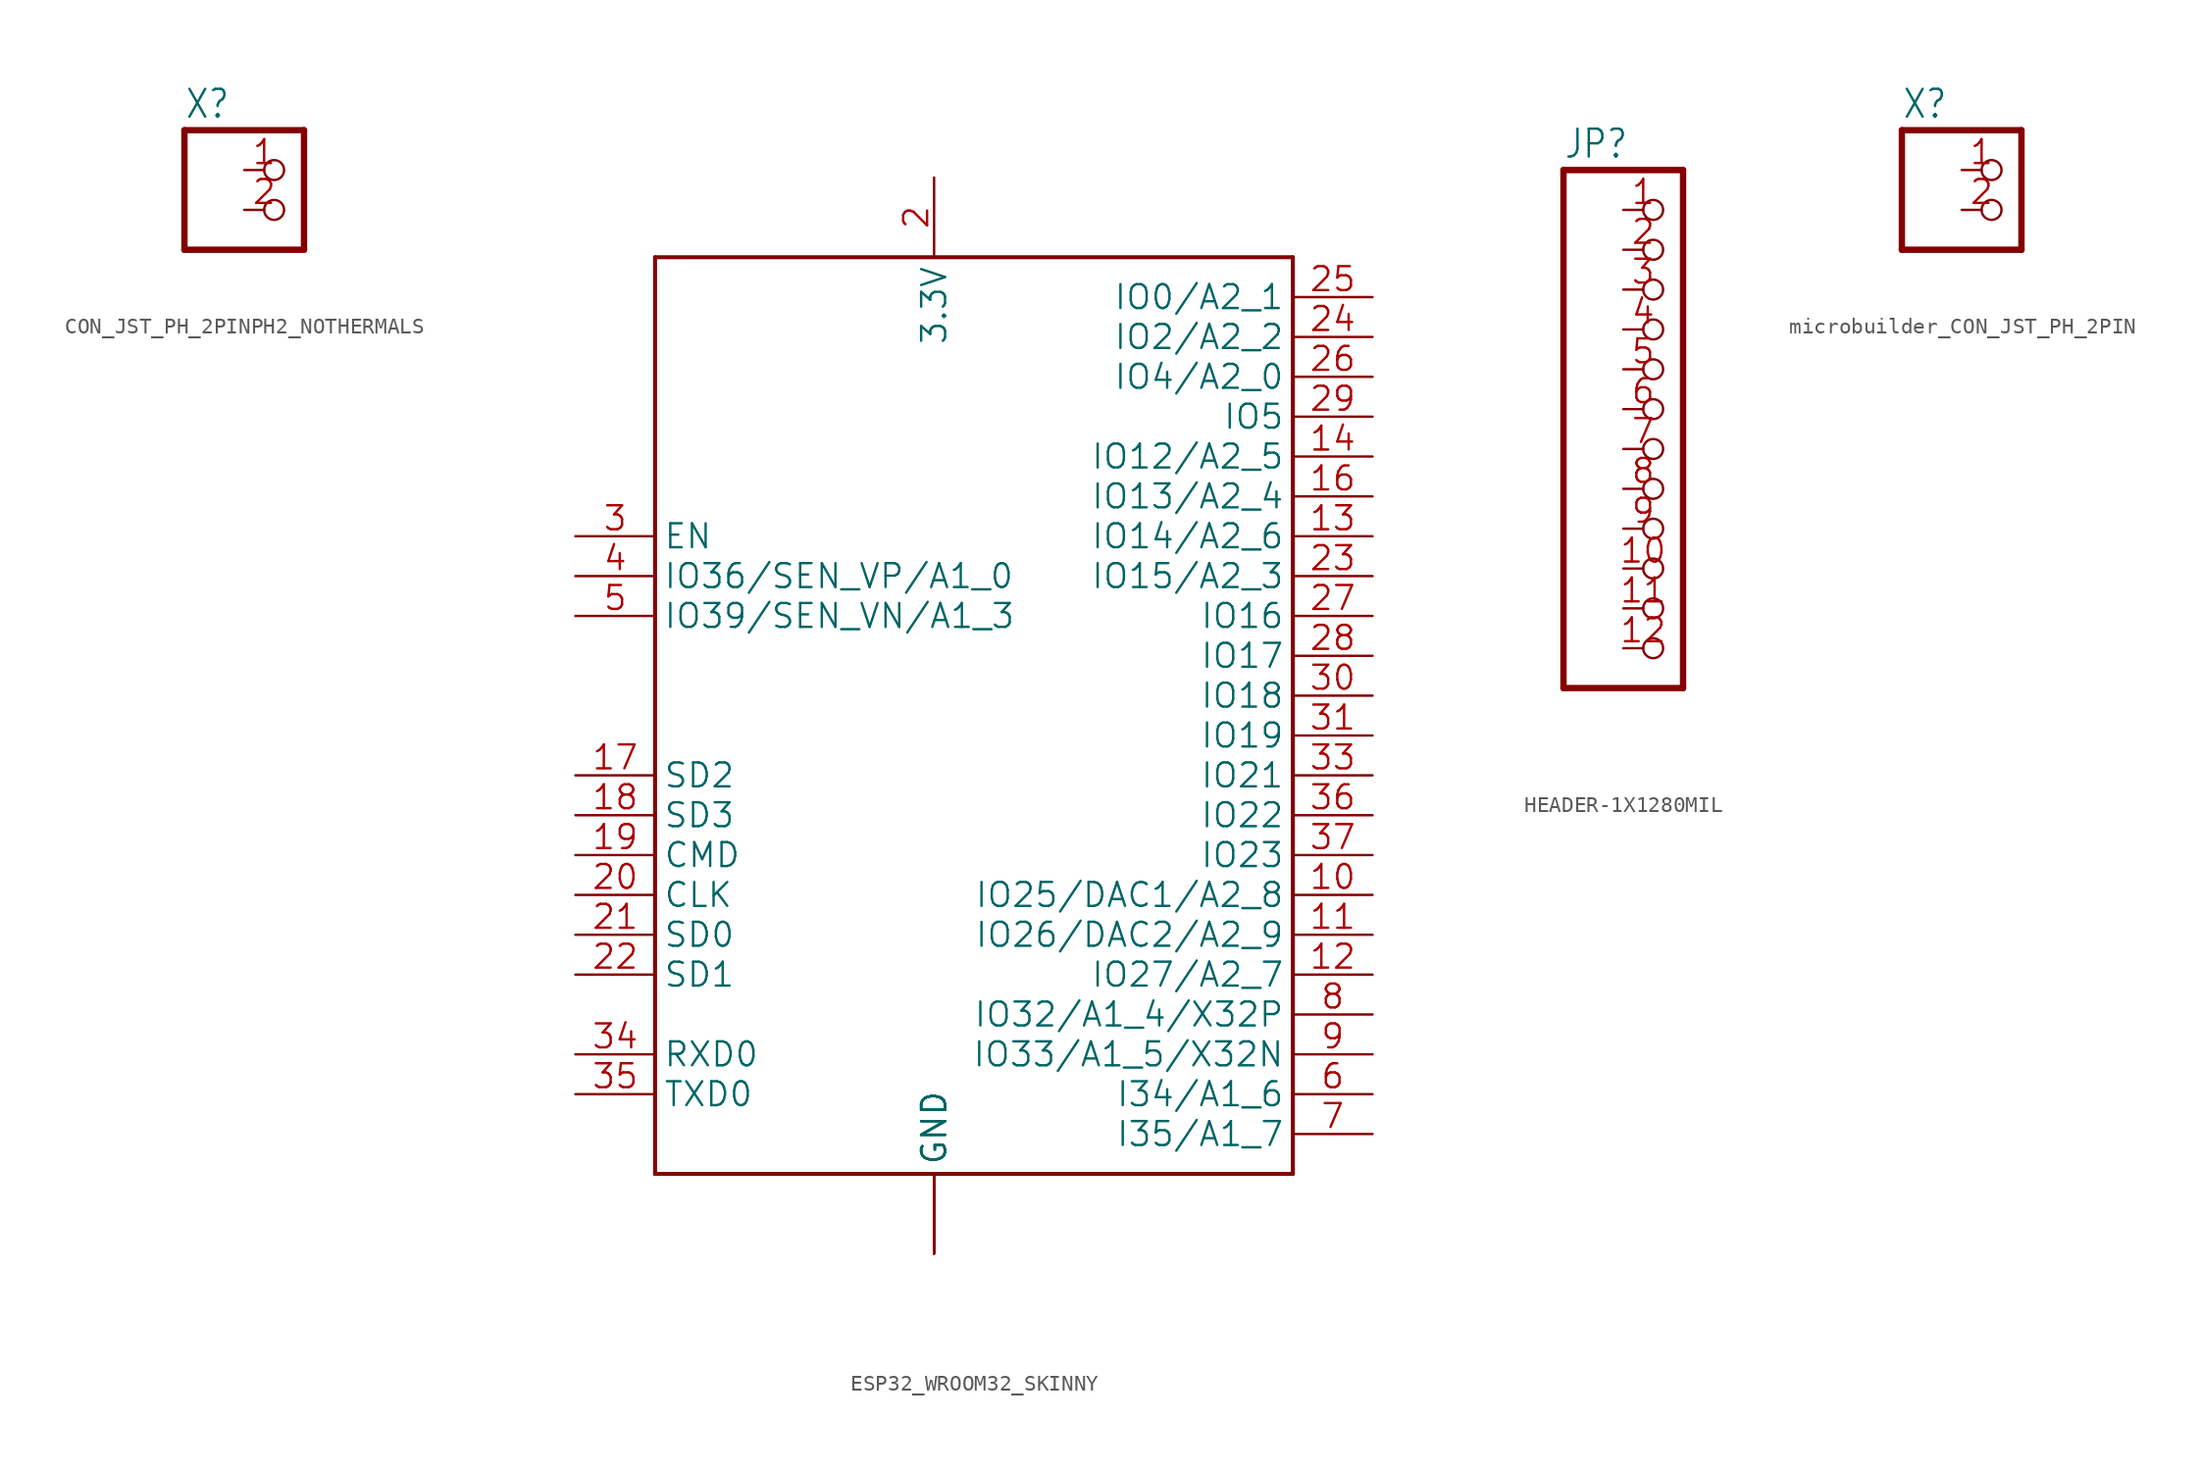
<source format=kicad_sym>
(kicad_symbol_lib
  (version 20241209)
  (generator "kicad_symbol_editor")
  (generator_version "9.0")
  (symbol "CON_JST_PH_2PINPH2_NOTHERMALS"
    (property "Reference" "X"
      (at -6.35 5.715 0)
      (effects (font (size 1.778 1.511)) (justify left bottom)))
    (property "Value" ""
      (at -6.35 -5.08 0)
      (effects (font (size 1.778 1.511)) (justify left bottom)))
    (property "ki_locked" ""
      (at 0 0 0)
      (effects (font (size 1.27 1.27))))
    (symbol "CON_JST_PH_2PINPH2_NOTHERMALS_1_0"
      (polyline (pts (xy -6.35 5.08) (xy -6.35 -2.54)) (stroke (width 0.406) (type solid)) (fill (type none)))
      (polyline (pts (xy -6.35 -2.54) (xy 1.27 -2.54)) (stroke (width 0.406) (type solid)) (fill (type none)))
      (polyline (pts (xy 1.27 5.08) (xy -6.35 5.08)) (stroke (width 0.406) (type solid)) (fill (type none)))
      (polyline (pts (xy 1.27 -2.54) (xy 1.27 5.08)) (stroke (width 0.406) (type solid)) (fill (type none)))
      (pin passive inverted (at -2.54 2.54 0) (length 2.54) (name "1" (effects (font (size 0 0)))) (number "1" (effects (font (size 1.524 1.524)))))
      (pin passive inverted (at -2.54 0 0) (length 2.54) (name "2" (effects (font (size 0 0)))) (number "2" (effects (font (size 1.524 1.524)))))))
  (symbol "ESP32_WROOM32_SKINNY"
    (property "Reference" "X"
      (at 0 0 0)
      (effects (font (size 1.27 1.27)) (hide yes)))
    (property "ki_locked" ""
      (at 0 0 0)
      (effects (font (size 1.27 1.27))))
    (symbol "ESP32_WROOM32_SKINNY_1_0"
      (polyline (pts (xy -17.78 35.56) (xy 22.86 35.56)) (stroke (width 0.254) (type solid)) (fill (type none)))
      (polyline (pts (xy -17.78 -22.86) (xy -17.78 35.56)) (stroke (width 0.254) (type solid)) (fill (type none)))
      (polyline (pts (xy 22.86 35.56) (xy 22.86 -22.86)) (stroke (width 0.254) (type solid)) (fill (type none)))
      (polyline (pts (xy 22.86 -22.86) (xy -17.78 -22.86)) (stroke (width 0.254) (type solid)) (fill (type none)))
      (pin input line (at -22.86 17.78 0) (length 5.08) (name "EN" (effects (font (size 1.524 1.524)))) (number "3" (effects (font (size 1.524 1.524)))))
      (pin passive line (at -22.86 15.24 0) (length 5.08) (name "IO36/SEN_VP/A1_0" (effects (font (size 1.524 1.524)))) (number "4" (effects (font (size 1.524 1.524)))))
      (pin passive line (at -22.86 12.7 0) (length 5.08) (name "IO39/SEN_VN/A1_3" (effects (font (size 1.524 1.524)))) (number "5" (effects (font (size 1.524 1.524)))))
      (pin bidirectional line (at -22.86 2.54 0) (length 5.08) (name "SD2" (effects (font (size 1.524 1.524)))) (number "17" (effects (font (size 1.524 1.524)))))
      (pin bidirectional line (at -22.86 0 0) (length 5.08) (name "SD3" (effects (font (size 1.524 1.524)))) (number "18" (effects (font (size 1.524 1.524)))))
      (pin bidirectional line (at -22.86 -2.54 0) (length 5.08) (name "CMD" (effects (font (size 1.524 1.524)))) (number "19" (effects (font (size 1.524 1.524)))))
      (pin bidirectional line (at -22.86 -5.08 0) (length 5.08) (name "CLK" (effects (font (size 1.524 1.524)))) (number "20" (effects (font (size 1.524 1.524)))))
      (pin bidirectional line (at -22.86 -7.62 0) (length 5.08) (name "SD0" (effects (font (size 1.524 1.524)))) (number "21" (effects (font (size 1.524 1.524)))))
      (pin bidirectional line (at -22.86 -10.16 0) (length 5.08) (name "SD1" (effects (font (size 1.524 1.524)))) (number "22" (effects (font (size 1.524 1.524)))))
      (pin input line (at -22.86 -15.24 0) (length 5.08) (name "RXD0" (effects (font (size 1.524 1.524)))) (number "34" (effects (font (size 1.524 1.524)))))
      (pin output line (at -22.86 -17.78 0) (length 5.08) (name "TXD0" (effects (font (size 1.524 1.524)))) (number "35" (effects (font (size 1.524 1.524)))))
      (pin passive line (at 0 40.64 270) (length 5.08) (name "3.3V" (effects (font (size 1.524 1.524)))) (number "2" (effects (font (size 1.524 1.524)))))
      (pin passive line (at 0 -27.94 90) (length 5.08) (name "GND" (effects (font (size 1.524 1.524)))) (number "1" (effects (font (size 0 0)))))
      (pin passive line (at 0 -27.94 90) (length 5.08) (name "GND" (effects (font (size 1.524 1.524)))) (number "15" (effects (font (size 0 0)))))
      (pin passive line (at 0 -27.94 90) (length 5.08) (name "GND" (effects (font (size 1.524 1.524)))) (number "38" (effects (font (size 0 0)))))
      (pin passive line (at 0 -27.94 90) (length 5.08) (name "GND" (effects (font (size 1.524 1.524)))) (number "P$1" (effects (font (size 0 0)))))
      (pin bidirectional line (at 27.94 33.02 180) (length 5.08) (name "IO0/A2_1" (effects (font (size 1.524 1.524)))) (number "25" (effects (font (size 1.524 1.524)))))
      (pin bidirectional line (at 27.94 30.48 180) (length 5.08) (name "IO2/A2_2" (effects (font (size 1.524 1.524)))) (number "24" (effects (font (size 1.524 1.524)))))
      (pin bidirectional line (at 27.94 27.94 180) (length 5.08) (name "IO4/A2_0" (effects (font (size 1.524 1.524)))) (number "26" (effects (font (size 1.524 1.524)))))
      (pin bidirectional line (at 27.94 25.4 180) (length 5.08) (name "IO5" (effects (font (size 1.524 1.524)))) (number "29" (effects (font (size 1.524 1.524)))))
      (pin bidirectional line (at 27.94 22.86 180) (length 5.08) (name "IO12/A2_5" (effects (font (size 1.524 1.524)))) (number "14" (effects (font (size 1.524 1.524)))))
      (pin bidirectional line (at 27.94 20.32 180) (length 5.08) (name "IO13/A2_4" (effects (font (size 1.524 1.524)))) (number "16" (effects (font (size 1.524 1.524)))))
      (pin bidirectional line (at 27.94 17.78 180) (length 5.08) (name "IO14/A2_6" (effects (font (size 1.524 1.524)))) (number "13" (effects (font (size 1.524 1.524)))))
      (pin bidirectional line (at 27.94 15.24 180) (length 5.08) (name "IO15/A2_3" (effects (font (size 1.524 1.524)))) (number "23" (effects (font (size 1.524 1.524)))))
      (pin bidirectional line (at 27.94 12.7 180) (length 5.08) (name "IO16" (effects (font (size 1.524 1.524)))) (number "27" (effects (font (size 1.524 1.524)))))
      (pin bidirectional line (at 27.94 10.16 180) (length 5.08) (name "IO17" (effects (font (size 1.524 1.524)))) (number "28" (effects (font (size 1.524 1.524)))))
      (pin bidirectional line (at 27.94 7.62 180) (length 5.08) (name "IO18" (effects (font (size 1.524 1.524)))) (number "30" (effects (font (size 1.524 1.524)))))
      (pin bidirectional line (at 27.94 5.08 180) (length 5.08) (name "IO19" (effects (font (size 1.524 1.524)))) (number "31" (effects (font (size 1.524 1.524)))))
      (pin bidirectional line (at 27.94 2.54 180) (length 5.08) (name "IO21" (effects (font (size 1.524 1.524)))) (number "33" (effects (font (size 1.524 1.524)))))
      (pin bidirectional line (at 27.94 0 180) (length 5.08) (name "IO22" (effects (font (size 1.524 1.524)))) (number "36" (effects (font (size 1.524 1.524)))))
      (pin bidirectional line (at 27.94 -2.54 180) (length 5.08) (name "IO23" (effects (font (size 1.524 1.524)))) (number "37" (effects (font (size 1.524 1.524)))))
      (pin bidirectional line (at 27.94 -5.08 180) (length 5.08) (name "IO25/DAC1/A2_8" (effects (font (size 1.524 1.524)))) (number "10" (effects (font (size 1.524 1.524)))))
      (pin bidirectional line (at 27.94 -7.62 180) (length 5.08) (name "IO26/DAC2/A2_9" (effects (font (size 1.524 1.524)))) (number "11" (effects (font (size 1.524 1.524)))))
      (pin bidirectional line (at 27.94 -10.16 180) (length 5.08) (name "IO27/A2_7" (effects (font (size 1.524 1.524)))) (number "12" (effects (font (size 1.524 1.524)))))
      (pin bidirectional line (at 27.94 -12.7 180) (length 5.08) (name "IO32/A1_4/X32P" (effects (font (size 1.524 1.524)))) (number "8" (effects (font (size 1.524 1.524)))))
      (pin bidirectional line (at 27.94 -15.24 180) (length 5.08) (name "IO33/A1_5/X32N" (effects (font (size 1.524 1.524)))) (number "9" (effects (font (size 1.524 1.524)))))
      (pin bidirectional line (at 27.94 -17.78 180) (length 5.08) (name "I34/A1_6" (effects (font (size 1.524 1.524)))) (number "6" (effects (font (size 1.524 1.524)))))
      (pin bidirectional line (at 27.94 -20.32 180) (length 5.08) (name "I35/A1_7" (effects (font (size 1.524 1.524)))) (number "7" (effects (font (size 1.524 1.524)))))))
  (symbol "HEADER-1X1280MIL"
    (property "Reference" "JP"
      (at -6.35 18.415 0)
      (effects (font (size 1.778 1.511)) (justify left bottom)))
    (property "Value" ""
      (at -6.35 -17.78 0)
      (effects (font (size 1.778 1.511)) (justify left bottom)))
    (property "ki_locked" ""
      (at 0 0 0)
      (effects (font (size 1.27 1.27))))
    (symbol "HEADER-1X1280MIL_1_0"
      (polyline (pts (xy -6.35 17.78) (xy -6.35 -15.24)) (stroke (width 0.406) (type solid)) (fill (type none)))
      (polyline (pts (xy -6.35 -15.24) (xy 1.27 -15.24)) (stroke (width 0.406) (type solid)) (fill (type none)))
      (polyline (pts (xy 1.27 17.78) (xy -6.35 17.78)) (stroke (width 0.406) (type solid)) (fill (type none)))
      (polyline (pts (xy 1.27 -15.24) (xy 1.27 17.78)) (stroke (width 0.406) (type solid)) (fill (type none)))
      (pin passive inverted (at -2.54 15.24 0) (length 2.54) (name "1" (effects (font (size 0 0)))) (number "1" (effects (font (size 1.524 1.524)))))
      (pin passive inverted (at -2.54 12.7 0) (length 2.54) (name "2" (effects (font (size 0 0)))) (number "2" (effects (font (size 1.524 1.524)))))
      (pin passive inverted (at -2.54 10.16 0) (length 2.54) (name "3" (effects (font (size 0 0)))) (number "3" (effects (font (size 1.524 1.524)))))
      (pin passive inverted (at -2.54 7.62 0) (length 2.54) (name "4" (effects (font (size 0 0)))) (number "4" (effects (font (size 1.524 1.524)))))
      (pin passive inverted (at -2.54 5.08 0) (length 2.54) (name "5" (effects (font (size 0 0)))) (number "5" (effects (font (size 1.524 1.524)))))
      (pin passive inverted (at -2.54 2.54 0) (length 2.54) (name "6" (effects (font (size 0 0)))) (number "6" (effects (font (size 1.524 1.524)))))
      (pin passive inverted (at -2.54 0 0) (length 2.54) (name "7" (effects (font (size 0 0)))) (number "7" (effects (font (size 1.524 1.524)))))
      (pin passive inverted (at -2.54 -2.54 0) (length 2.54) (name "8" (effects (font (size 0 0)))) (number "8" (effects (font (size 1.524 1.524)))))
      (pin passive inverted (at -2.54 -5.08 0) (length 2.54) (name "9" (effects (font (size 0 0)))) (number "9" (effects (font (size 1.524 1.524)))))
      (pin passive inverted (at -2.54 -7.62 0) (length 2.54) (name "10" (effects (font (size 0 0)))) (number "10" (effects (font (size 1.524 1.524)))))
      (pin passive inverted (at -2.54 -10.16 0) (length 2.54) (name "11" (effects (font (size 0 0)))) (number "11" (effects (font (size 1.524 1.524)))))
      (pin passive inverted (at -2.54 -12.7 0) (length 2.54) (name "12" (effects (font (size 0 0)))) (number "12" (effects (font (size 1.524 1.524)))))))
  (symbol "microbuilder_CON_JST_PH_2PIN"
    (property "Reference" "X"
      (at -6.35 5.715 0)
      (effects (font (size 1.778 1.511)) (justify left bottom)))
    (property "Value" ""
      (at -6.35 -5.08 0)
      (effects (font (size 1.778 1.511)) (justify left bottom)))
    (property "ki_locked" ""
      (at 0 0 0)
      (effects (font (size 1.27 1.27))))
    (symbol "microbuilder_CON_JST_PH_2PIN_1_0"
      (polyline (pts (xy -6.35 5.08) (xy -6.35 -2.54)) (stroke (width 0.406) (type solid)) (fill (type none)))
      (polyline (pts (xy -6.35 -2.54) (xy 1.27 -2.54)) (stroke (width 0.406) (type solid)) (fill (type none)))
      (polyline (pts (xy 1.27 5.08) (xy -6.35 5.08)) (stroke (width 0.406) (type solid)) (fill (type none)))
      (polyline (pts (xy 1.27 -2.54) (xy 1.27 5.08)) (stroke (width 0.406) (type solid)) (fill (type none)))
      (pin passive inverted (at -2.54 2.54 0) (length 2.54) (name "1" (effects (font (size 0 0)))) (number "1" (effects (font (size 1.524 1.524)))))
      (pin passive inverted (at -2.54 0 0) (length 2.54) (name "2" (effects (font (size 0 0)))) (number "2" (effects (font (size 1.524 1.524))))))))
</source>
